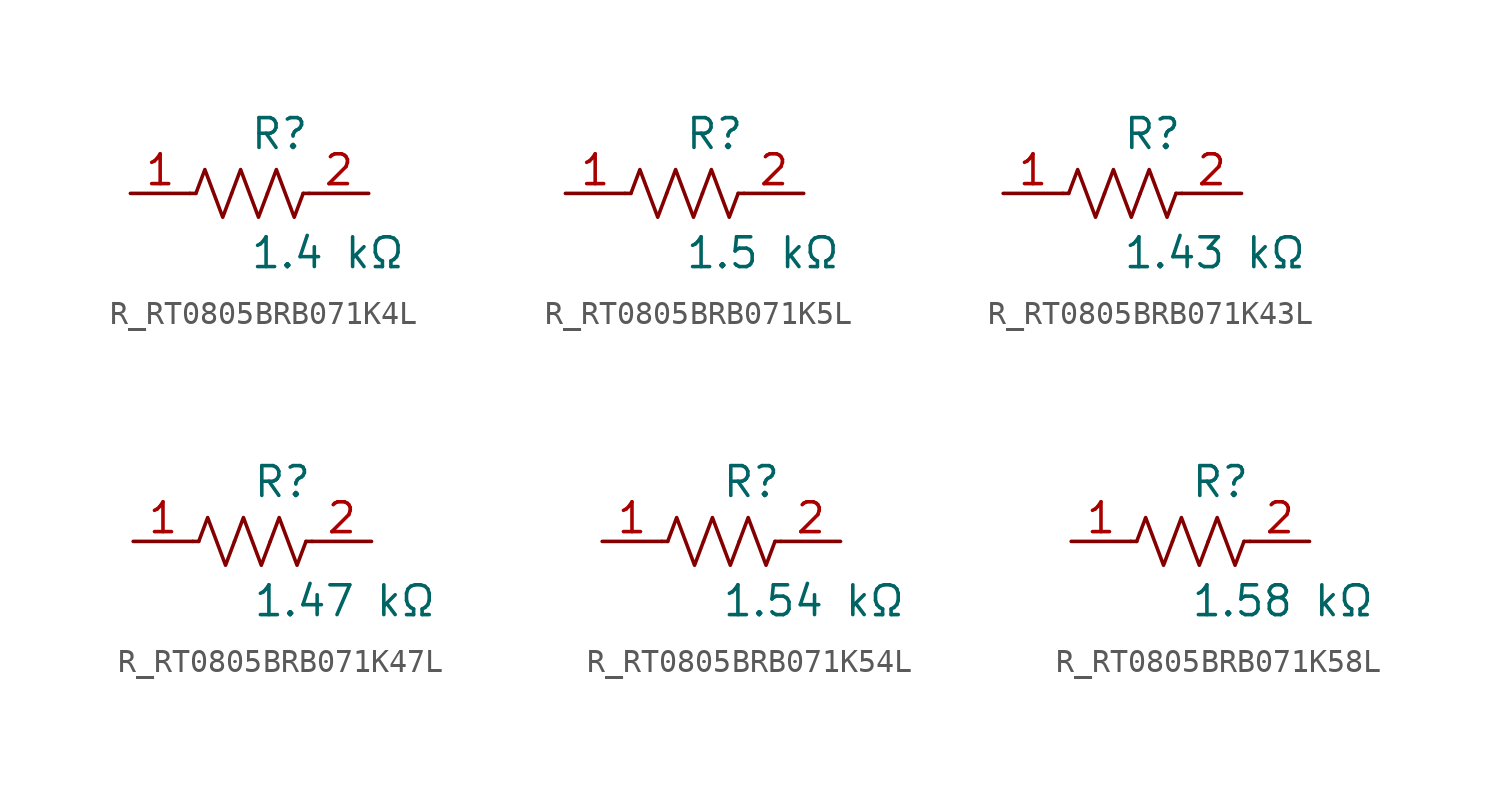
<source format=kicad_sym>
(kicad_symbol_lib
  (version 20231120)
  (generator kicad_symbol_editor)
  (generator_version 8.0)
  (symbol "R_RT0805BRB071K4L"
    (pin_names
      (offset 0.254))
    (property "Reference" "R"
      (at 0.0 2.54 0)
      (effects (font (size 1.27 1.27)) (justify left)))
    (property "Value" "1.4 kΩ"
      (at 0.0 -2.54 0)
      (effects (font (size 1.27 1.27)) (justify left)))
    (symbol "R_RT0805BRB071K4L_0_1"
      (polyline (pts (xy 2.286 0) (xy 2.54 0)) (stroke (width 0) (type default)) (fill (type none)))
      (polyline (pts (xy -2.286 0) (xy -2.54 0)) (stroke (width 0) (type default)) (fill (type none)))
      (polyline (pts (xy 0.762 0) (xy 1.143 1.016) (xy 1.524 0) (xy 1.905 -1.016) (xy 2.286 0)) (stroke (width 0) (type default)) (fill (type none)))
      (polyline (pts (xy -0.762 0) (xy -0.381 1.016) (xy 0 0) (xy 0.381 -1.016) (xy 0.762 0)) (stroke (width 0) (type default)) (fill (type none)))
      (polyline (pts (xy -2.286 0) (xy -1.905 1.016) (xy -1.524 0) (xy -1.143 -1.016) (xy -0.762 0)) (stroke (width 0) (type default)) (fill (type none))))
    (pin unspecified line
      (at -5.08 0 0)
      (length 2.54)
      (name "" (effects (font (size 1.27 1.27))))
      (number "1" (effects (font (size 1.27 1.27)))))
    (pin unspecified line
      (at 5.08 0 180)
      (length 2.54)
      (name "" (effects (font (size 1.27 1.27))))
      (number "2" (effects (font (size 1.27 1.27))))))
  (symbol "R_RT0805BRB071K5L"
    (pin_names
      (offset 0.254))
    (property "Reference" "R"
      (at 0.0 2.54 0)
      (effects (font (size 1.27 1.27)) (justify left)))
    (property "Value" "1.5 kΩ"
      (at 0.0 -2.54 0)
      (effects (font (size 1.27 1.27)) (justify left)))
    (symbol "R_RT0805BRB071K5L_0_1"
      (polyline (pts (xy 2.286 0) (xy 2.54 0)) (stroke (width 0) (type default)) (fill (type none)))
      (polyline (pts (xy -2.286 0) (xy -2.54 0)) (stroke (width 0) (type default)) (fill (type none)))
      (polyline (pts (xy 0.762 0) (xy 1.143 1.016) (xy 1.524 0) (xy 1.905 -1.016) (xy 2.286 0)) (stroke (width 0) (type default)) (fill (type none)))
      (polyline (pts (xy -0.762 0) (xy -0.381 1.016) (xy 0 0) (xy 0.381 -1.016) (xy 0.762 0)) (stroke (width 0) (type default)) (fill (type none)))
      (polyline (pts (xy -2.286 0) (xy -1.905 1.016) (xy -1.524 0) (xy -1.143 -1.016) (xy -0.762 0)) (stroke (width 0) (type default)) (fill (type none))))
    (pin unspecified line
      (at -5.08 0 0)
      (length 2.54)
      (name "" (effects (font (size 1.27 1.27))))
      (number "1" (effects (font (size 1.27 1.27)))))
    (pin unspecified line
      (at 5.08 0 180)
      (length 2.54)
      (name "" (effects (font (size 1.27 1.27))))
      (number "2" (effects (font (size 1.27 1.27))))))
  (symbol "R_RT0805BRB071K43L"
    (pin_names
      (offset 0.254))
    (property "Reference" "R"
      (at 0.0 2.54 0)
      (effects (font (size 1.27 1.27)) (justify left)))
    (property "Value" "1.43 kΩ"
      (at 0.0 -2.54 0)
      (effects (font (size 1.27 1.27)) (justify left)))
    (symbol "R_RT0805BRB071K43L_0_1"
      (polyline (pts (xy 2.286 0) (xy 2.54 0)) (stroke (width 0) (type default)) (fill (type none)))
      (polyline (pts (xy -2.286 0) (xy -2.54 0)) (stroke (width 0) (type default)) (fill (type none)))
      (polyline (pts (xy 0.762 0) (xy 1.143 1.016) (xy 1.524 0) (xy 1.905 -1.016) (xy 2.286 0)) (stroke (width 0) (type default)) (fill (type none)))
      (polyline (pts (xy -0.762 0) (xy -0.381 1.016) (xy 0 0) (xy 0.381 -1.016) (xy 0.762 0)) (stroke (width 0) (type default)) (fill (type none)))
      (polyline (pts (xy -2.286 0) (xy -1.905 1.016) (xy -1.524 0) (xy -1.143 -1.016) (xy -0.762 0)) (stroke (width 0) (type default)) (fill (type none))))
    (pin unspecified line
      (at -5.08 0 0)
      (length 2.54)
      (name "" (effects (font (size 1.27 1.27))))
      (number "1" (effects (font (size 1.27 1.27)))))
    (pin unspecified line
      (at 5.08 0 180)
      (length 2.54)
      (name "" (effects (font (size 1.27 1.27))))
      (number "2" (effects (font (size 1.27 1.27))))))
  (symbol "R_RT0805BRB071K47L"
    (pin_names
      (offset 0.254))
    (property "Reference" "R"
      (at 0.0 2.54 0)
      (effects (font (size 1.27 1.27)) (justify left)))
    (property "Value" "1.47 kΩ"
      (at 0.0 -2.54 0)
      (effects (font (size 1.27 1.27)) (justify left)))
    (symbol "R_RT0805BRB071K47L_0_1"
      (polyline (pts (xy 2.286 0) (xy 2.54 0)) (stroke (width 0) (type default)) (fill (type none)))
      (polyline (pts (xy -2.286 0) (xy -2.54 0)) (stroke (width 0) (type default)) (fill (type none)))
      (polyline (pts (xy 0.762 0) (xy 1.143 1.016) (xy 1.524 0) (xy 1.905 -1.016) (xy 2.286 0)) (stroke (width 0) (type default)) (fill (type none)))
      (polyline (pts (xy -0.762 0) (xy -0.381 1.016) (xy 0 0) (xy 0.381 -1.016) (xy 0.762 0)) (stroke (width 0) (type default)) (fill (type none)))
      (polyline (pts (xy -2.286 0) (xy -1.905 1.016) (xy -1.524 0) (xy -1.143 -1.016) (xy -0.762 0)) (stroke (width 0) (type default)) (fill (type none))))
    (pin unspecified line
      (at -5.08 0 0)
      (length 2.54)
      (name "" (effects (font (size 1.27 1.27))))
      (number "1" (effects (font (size 1.27 1.27)))))
    (pin unspecified line
      (at 5.08 0 180)
      (length 2.54)
      (name "" (effects (font (size 1.27 1.27))))
      (number "2" (effects (font (size 1.27 1.27))))))
  (symbol "R_RT0805BRB071K54L"
    (pin_names
      (offset 0.254))
    (property "Reference" "R"
      (at 0.0 2.54 0)
      (effects (font (size 1.27 1.27)) (justify left)))
    (property "Value" "1.54 kΩ"
      (at 0.0 -2.54 0)
      (effects (font (size 1.27 1.27)) (justify left)))
    (symbol "R_RT0805BRB071K54L_0_1"
      (polyline (pts (xy 2.286 0) (xy 2.54 0)) (stroke (width 0) (type default)) (fill (type none)))
      (polyline (pts (xy -2.286 0) (xy -2.54 0)) (stroke (width 0) (type default)) (fill (type none)))
      (polyline (pts (xy 0.762 0) (xy 1.143 1.016) (xy 1.524 0) (xy 1.905 -1.016) (xy 2.286 0)) (stroke (width 0) (type default)) (fill (type none)))
      (polyline (pts (xy -0.762 0) (xy -0.381 1.016) (xy 0 0) (xy 0.381 -1.016) (xy 0.762 0)) (stroke (width 0) (type default)) (fill (type none)))
      (polyline (pts (xy -2.286 0) (xy -1.905 1.016) (xy -1.524 0) (xy -1.143 -1.016) (xy -0.762 0)) (stroke (width 0) (type default)) (fill (type none))))
    (pin unspecified line
      (at -5.08 0 0)
      (length 2.54)
      (name "" (effects (font (size 1.27 1.27))))
      (number "1" (effects (font (size 1.27 1.27)))))
    (pin unspecified line
      (at 5.08 0 180)
      (length 2.54)
      (name "" (effects (font (size 1.27 1.27))))
      (number "2" (effects (font (size 1.27 1.27))))))
  (symbol "R_RT0805BRB071K58L"
    (pin_names
      (offset 0.254))
    (property "Reference" "R"
      (at 0.0 2.54 0)
      (effects (font (size 1.27 1.27)) (justify left)))
    (property "Value" "1.58 kΩ"
      (at 0.0 -2.54 0)
      (effects (font (size 1.27 1.27)) (justify left)))
    (symbol "R_RT0805BRB071K58L_0_1"
      (polyline (pts (xy 2.286 0) (xy 2.54 0)) (stroke (width 0) (type default)) (fill (type none)))
      (polyline (pts (xy -2.286 0) (xy -2.54 0)) (stroke (width 0) (type default)) (fill (type none)))
      (polyline (pts (xy 0.762 0) (xy 1.143 1.016) (xy 1.524 0) (xy 1.905 -1.016) (xy 2.286 0)) (stroke (width 0) (type default)) (fill (type none)))
      (polyline (pts (xy -0.762 0) (xy -0.381 1.016) (xy 0 0) (xy 0.381 -1.016) (xy 0.762 0)) (stroke (width 0) (type default)) (fill (type none)))
      (polyline (pts (xy -2.286 0) (xy -1.905 1.016) (xy -1.524 0) (xy -1.143 -1.016) (xy -0.762 0)) (stroke (width 0) (type default)) (fill (type none))))
    (pin unspecified line
      (at -5.08 0 0)
      (length 2.54)
      (name "" (effects (font (size 1.27 1.27))))
      (number "1" (effects (font (size 1.27 1.27)))))
    (pin unspecified line
      (at 5.08 0 180)
      (length 2.54)
      (name "" (effects (font (size 1.27 1.27))))
      (number "2" (effects (font (size 1.27 1.27)))))))
</source>
